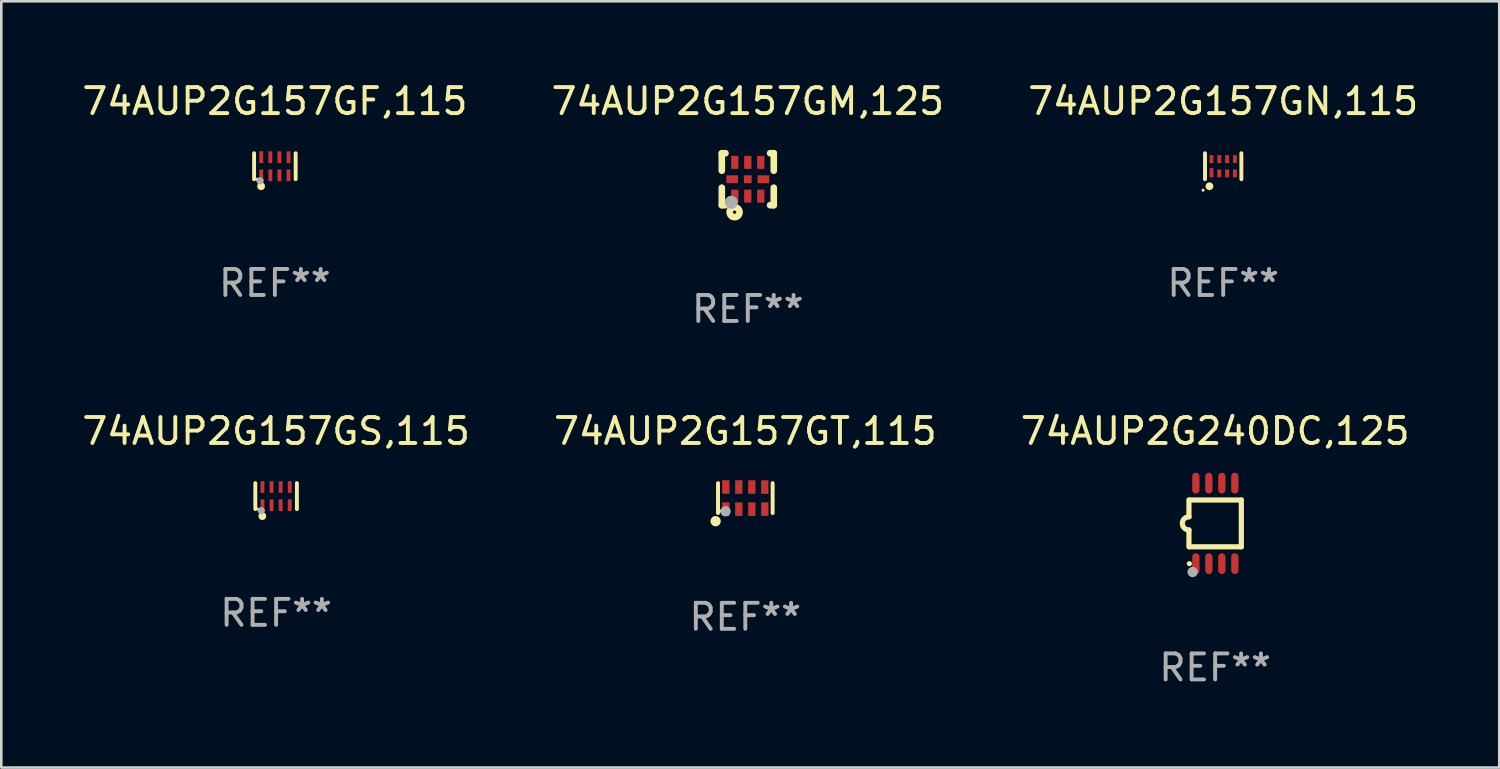
<source format=kicad_pcb>
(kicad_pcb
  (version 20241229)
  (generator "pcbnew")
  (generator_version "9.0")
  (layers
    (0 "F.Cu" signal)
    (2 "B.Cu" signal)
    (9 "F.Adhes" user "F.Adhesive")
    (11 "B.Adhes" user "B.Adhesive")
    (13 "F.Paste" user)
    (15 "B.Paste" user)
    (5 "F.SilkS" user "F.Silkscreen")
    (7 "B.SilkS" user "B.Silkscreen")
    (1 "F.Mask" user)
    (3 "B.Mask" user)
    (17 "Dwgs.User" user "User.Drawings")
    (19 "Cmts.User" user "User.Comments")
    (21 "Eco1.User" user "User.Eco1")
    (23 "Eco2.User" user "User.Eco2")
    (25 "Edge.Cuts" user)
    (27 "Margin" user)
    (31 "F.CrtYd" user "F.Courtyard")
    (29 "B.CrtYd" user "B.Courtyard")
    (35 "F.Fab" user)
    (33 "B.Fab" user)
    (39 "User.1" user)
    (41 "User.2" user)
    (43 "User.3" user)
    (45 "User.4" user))
  (footprint "74AUP2G157GN,115"
    (layer "F.Cu")
    (at 44.03 3.348)
    (property "Reference" "74AUP2G157GN,115" (at 0 -2.5 0) (layer "F.SilkS") (effects (font (size 1 1) (thickness 0.15))))
    (attr through_hole)
    (fp_line (start -0.7 -0.5) (end -0.7 0.5) (stroke (width 0.15) (type solid)) (layer "F.SilkS"))
    (fp_line (start 0.7 -0.5) (end 0.7 0.5) (stroke (width 0.15) (type solid)) (layer "F.SilkS"))
    (fp_circle (center -0.775 0.922) (end -0.745 0.922) (stroke (width 0.06) (type solid)) (fill no) (layer "F.SilkS"))
    (fp_circle (center -0.53 0.77) (end -0.454 0.77) (stroke (width 0.15) (type solid)) (fill no) (layer "F.SilkS"))
    (fp_text user "REF**" (at 0 4.5 0) (layer "F.Fab") (effects (font (size 1 1) (thickness 0.15))))
    (pad "1" smd rect (at -0.45 0.25) (size 0.15 0.35) (layers "F.Cu" "F.Mask" "F.Paste"))
    (pad "2" smd rect (at -0.15 0.275) (size 0.15 0.3) (layers "F.Cu" "F.Mask" "F.Paste"))
    (pad "3" smd rect (at 0.15 0.275) (size 0.15 0.3) (layers "F.Cu" "F.Mask" "F.Paste"))
    (pad "4" smd rect (at 0.45 0.275) (size 0.15 0.3) (layers "F.Cu" "F.Mask" "F.Paste"))
    (pad "5" smd rect (at 0.45 -0.275) (size 0.15 0.3) (layers "F.Cu" "F.Mask" "F.Paste"))
    (pad "6" smd rect (at 0.15 -0.275) (size 0.15 0.3) (layers "F.Cu" "F.Mask" "F.Paste"))
    (pad "7" smd rect (at -0.15 -0.275) (size 0.15 0.3) (layers "F.Cu" "F.Mask" "F.Paste"))
    (pad "8" smd rect (at -0.45 -0.275) (size 0.15 0.3) (layers "F.Cu" "F.Mask" "F.Paste")))
  (footprint "74AUP2G157GS,115"
    (layer "F.Cu")
    (at 7.577 16.045)
    (property "Reference" "74AUP2G157GS,115" (at 0 -2.5 0) (layer "F.SilkS") (effects (font (size 1 1) (thickness 0.15))))
    (attr through_hole)
    (fp_line (start -0.8 -0.5) (end -0.8 0.5) (stroke (width 0.15) (type solid)) (layer "F.SilkS"))
    (fp_line (start 0.8 -0.5) (end 0.8 0.5) (stroke (width 0.15) (type solid)) (layer "F.SilkS"))
    (fp_circle (center -0.7 0.5) (end -0.67 0.5) (stroke (width 0.06) (type solid)) (fill no) (layer "F.SilkS"))
    (fp_circle (center -0.53 0.77) (end -0.454 0.77) (stroke (width 0.15) (type solid)) (fill no) (layer "F.SilkS"))
    (fp_circle (center -0.57 0.56) (end -0.5 0.56) (stroke (width 0.14) (type solid)) (fill no) (layer "F.Fab"))
    (fp_text user "REF**" (at 0 4.5 0) (layer "F.Fab") (effects (font (size 1 1) (thickness 0.15))))
    (pad "1" smd rect (at -0.525 0.35) (size 0.15 0.45) (layers "F.Cu" "F.Mask" "F.Paste"))
    (pad "2" smd rect (at -0.175 0.35) (size 0.15 0.45) (layers "F.Cu" "F.Mask" "F.Paste"))
    (pad "3" smd rect (at 0.175 0.35) (size 0.15 0.45) (layers "F.Cu" "F.Mask" "F.Paste"))
    (pad "4" smd rect (at 0.525 0.35) (size 0.15 0.45) (layers "F.Cu" "F.Mask" "F.Paste"))
    (pad "5" smd rect (at 0.525 -0.35) (size 0.15 0.45) (layers "F.Cu" "F.Mask" "F.Paste"))
    (pad "6" smd rect (at 0.175 -0.35) (size 0.15 0.45) (layers "F.Cu" "F.Mask" "F.Paste"))
    (pad "7" smd rect (at -0.175 -0.35) (size 0.15 0.45) (layers "F.Cu" "F.Mask" "F.Paste"))
    (pad "8" smd rect (at -0.525 -0.35) (size 0.15 0.45) (layers "F.Cu" "F.Mask" "F.Paste")))
  (footprint "74AUP2G157GM,125"
    (layer "F.Cu")
    (at 25.732 3.848)
    (property "Reference" "74AUP2G157GM,125" (at 0 -3 0) (layer "F.SilkS") (effects (font (size 1 1) (thickness 0.15))))
    (attr through_hole)
    (fp_line (start -1 -1) (end -0.858 -1) (stroke (width 0.254) (type solid)) (layer "F.SilkS"))
    (fp_line (start -1 -0.325) (end -1 -1) (stroke (width 0.254) (type solid)) (layer "F.SilkS"))
    (fp_line (start -1 1) (end -1 0.325) (stroke (width 0.254) (type solid)) (layer "F.SilkS"))
    (fp_line (start -0.858 1) (end -1 1) (stroke (width 0.254) (type solid)) (layer "F.SilkS"))
    (fp_line (start 0.858 -1) (end 1 -1) (stroke (width 0.254) (type solid)) (layer "F.SilkS"))
    (fp_line (start 1 -1) (end 1 -0.325) (stroke (width 0.254) (type solid)) (layer "F.SilkS"))
    (fp_line (start 1 0.325) (end 1 1) (stroke (width 0.254) (type solid)) (layer "F.SilkS"))
    (fp_line (start 1 1) (end 0.858 1) (stroke (width 0.254) (type solid)) (layer "F.SilkS"))
    (fp_circle (center -0.8 0.8) (end -0.77 0.8) (stroke (width 0.06) (type solid)) (fill no) (layer "F.SilkS"))
    (fp_circle (center -0.508 1.27) (end -0.444 1.27) (stroke (width 0.254) (type solid)) (fill no) (layer "F.SilkS"))
    (fp_circle (center -0.635 0.889) (end -0.508 0.889) (stroke (width 0.254) (type solid)) (fill no) (layer "F.Fab"))
    (fp_text user "REF**" (at 0 5 0) (layer "F.Fab") (effects (font (size 1 1) (thickness 0.15))))
    (pad "1" smd rect (at -0.5 0.65 90) (size 0.5 0.28) (layers "F.Cu" "F.Mask" "F.Paste"))
    (pad "2" smd rect (at 0.000013 0.65 90) (size 0.5 0.28) (layers "F.Cu" "F.Mask" "F.Paste"))
    (pad "3" smd rect (at 0.5 0.65 90) (size 0.5 0.28) (layers "F.Cu" "F.Mask" "F.Paste"))
    (pad "4" smd rect (at 0.6 0.000076 180) (size 0.45 0.3) (layers "F.Cu" "F.Mask" "F.Paste"))
    (pad "5" smd rect (at 0.5 -0.65 90) (size 0.5 0.28) (layers "F.Cu" "F.Mask" "F.Paste"))
    (pad "6" smd rect (at 0.000013 -0.65 90) (size 0.5 0.28) (layers "F.Cu" "F.Mask" "F.Paste"))
    (pad "7" smd rect (at -0.5 -0.65 90) (size 0.5 0.28) (layers "F.Cu" "F.Mask" "F.Paste"))
    (pad "8" smd rect (at -0.6 0.000076 180) (size 0.45 0.3) (layers "F.Cu" "F.Mask" "F.Paste"))
    (pad "9" smd rect (at 0.000013 0.000076 180) (size 0.3 0.3) (layers "F.Cu" "F.Mask" "F.Paste")))
  (footprint "74AUP2G157GT,115"
    (layer "F.Cu")
    (at 25.637 16.121)
    (property "Reference" "74AUP2G157GT,115" (at 0 -2.576 0) (layer "F.SilkS") (effects (font (size 1 1) (thickness 0.15))))
    (attr through_hole)
    (fp_line (start -1.051 0.576) (end -1.051 -0.576) (stroke (width 0.152) (type solid)) (layer "F.SilkS"))
    (fp_line (start 1.051 -0.576) (end 1.051 0.576) (stroke (width 0.152) (type solid)) (layer "F.SilkS"))
    (fp_circle (center -1.143 0.889) (end -1.043 0.889) (stroke (width 0.2) (type solid)) (fill no) (layer "F.SilkS"))
    (fp_circle (center -0.975 0.5) (end -0.945 0.5) (stroke (width 0.06) (type solid)) (fill no) (layer "F.SilkS"))
    (fp_circle (center -0.762 0.508) (end -0.662 0.508) (stroke (width 0.2) (type solid)) (fill no) (layer "F.Fab"))
    (fp_text user "REF**" (at 0 4.576 0) (layer "F.Fab") (effects (font (size 1 1) (thickness 0.15))))
    (pad "1" smd rect (at -0.75 0.425) (size 0.28 0.521) (layers "F.Cu" "F.Mask" "F.Paste"))
    (pad "2" smd rect (at -0.25 0.425) (size 0.28 0.521) (layers "F.Cu" "F.Mask" "F.Paste"))
    (pad "3" smd rect (at 0.25 0.425) (size 0.28 0.521) (layers "F.Cu" "F.Mask" "F.Paste"))
    (pad "4" smd rect (at 0.75 0.425) (size 0.28 0.521) (layers "F.Cu" "F.Mask" "F.Paste"))
    (pad "5" smd rect (at 0.75 -0.425) (size 0.28 0.521) (layers "F.Cu" "F.Mask" "F.Paste"))
    (pad "6" smd rect (at 0.25 -0.425) (size 0.28 0.521) (layers "F.Cu" "F.Mask" "F.Paste"))
    (pad "7" smd rect (at -0.25 -0.425) (size 0.28 0.521) (layers "F.Cu" "F.Mask" "F.Paste"))
    (pad "8" smd rect (at -0.75 -0.425) (size 0.28 0.521) (layers "F.Cu" "F.Mask" "F.Paste")))
  (footprint "74AUP2G240DC,125"
    (layer "F.Cu")
    (at 43.72 17.095)
    (property "Reference" "74AUP2G240DC,125" (at 0 -3.55 0) (layer "F.SilkS") (effects (font (size 1 1) (thickness 0.15))))
    (attr through_hole)
    (fp_line (start -1.008 -0.254) (end -1.008 -0.9) (stroke (width 0.2) (type solid)) (layer "F.SilkS"))
    (fp_line (start -1.008 0.254) (end -1.008 0.9) (stroke (width 0.2) (type solid)) (layer "F.SilkS"))
    (fp_line (start -0.992 0.9) (end 1.008 0.9) (stroke (width 0.2) (type solid)) (layer "F.SilkS"))
    (fp_line (start 1.008 -0.9) (end -0.992 -0.9) (stroke (width 0.2) (type solid)) (layer "F.SilkS"))
    (fp_line (start 1.008 0.9) (end 1.008 -0.9) (stroke (width 0.2) (type solid)) (layer "F.SilkS"))
    (fp_arc (start -1.008001 0.254001) (mid -1.262002 0) (end -1.008001 -0.254001) (stroke (width 0.2) (type solid)) (layer "F.SilkS"))
    (fp_circle (center -0.992 1.55) (end -0.942 1.55) (stroke (width 0.1) (type solid)) (fill no) (layer "F.SilkS"))
    (fp_circle (center -0.866 1.87) (end -0.766 1.87) (stroke (width 0.2) (type solid)) (fill no) (layer "F.Fab"))
    (fp_text user "REF**" (at 0 5.55 0) (layer "F.Fab") (effects (font (size 1 1) (thickness 0.15))))
    (pad "1" smd oval (at -0.742 1.55 270) (size 0.8 0.28) (layers "F.Cu" "F.Mask" "F.Paste"))
    (pad "2" smd oval (at -0.242 1.55 270) (size 0.8 0.28) (layers "F.Cu" "F.Mask" "F.Paste"))
    (pad "3" smd oval (at 0.258 1.55 270) (size 0.8 0.28) (layers "F.Cu" "F.Mask" "F.Paste"))
    (pad "4" smd oval (at 0.758 1.55 270) (size 0.8 0.28) (layers "F.Cu" "F.Mask" "F.Paste"))
    (pad "5" smd oval (at 0.758 -1.55 270) (size 0.8 0.28) (layers "F.Cu" "F.Mask" "F.Paste"))
    (pad "6" smd oval (at 0.258 -1.55 270) (size 0.8 0.28) (layers "F.Cu" "F.Mask" "F.Paste"))
    (pad "7" smd oval (at -0.242 -1.55 270) (size 0.8 0.28) (layers "F.Cu" "F.Mask" "F.Paste"))
    (pad "8" smd oval (at -0.742 -1.55 270) (size 0.8 0.28) (layers "F.Cu" "F.Mask" "F.Paste")))
  (footprint "74AUP2G157GF,115"
    (layer "F.Cu")
    (at 7.53 3.348)
    (property "Reference" "74AUP2G157GF,115" (at 0 -2.5 0) (layer "F.SilkS") (effects (font (size 1 1) (thickness 0.15))))
    (attr through_hole)
    (fp_line (start -0.8 -0.5) (end -0.8 0.5) (stroke (width 0.15) (type solid)) (layer "F.SilkS"))
    (fp_line (start 0.8 -0.5) (end 0.8 0.5) (stroke (width 0.15) (type solid)) (layer "F.SilkS"))
    (fp_circle (center -0.7 0.5) (end -0.67 0.5) (stroke (width 0.06) (type solid)) (fill no) (layer "F.SilkS"))
    (fp_circle (center -0.53 0.77) (end -0.454 0.77) (stroke (width 0.15) (type solid)) (fill no) (layer "F.SilkS"))
    (fp_circle (center -0.57 0.56) (end -0.5 0.56) (stroke (width 0.14) (type solid)) (fill no) (layer "F.Fab"))
    (fp_text user "REF**" (at 0 4.5 0) (layer "F.Fab") (effects (font (size 1 1) (thickness 0.15))))
    (pad "1" smd rect (at -0.525 0.35) (size 0.15 0.45) (layers "F.Cu" "F.Mask" "F.Paste"))
    (pad "2" smd rect (at -0.175 0.35) (size 0.15 0.45) (layers "F.Cu" "F.Mask" "F.Paste"))
    (pad "3" smd rect (at 0.175 0.35) (size 0.15 0.45) (layers "F.Cu" "F.Mask" "F.Paste"))
    (pad "4" smd rect (at 0.525 0.35) (size 0.15 0.45) (layers "F.Cu" "F.Mask" "F.Paste"))
    (pad "5" smd rect (at 0.525 -0.35) (size 0.15 0.45) (layers "F.Cu" "F.Mask" "F.Paste"))
    (pad "6" smd rect (at 0.175 -0.35) (size 0.15 0.45) (layers "F.Cu" "F.Mask" "F.Paste"))
    (pad "7" smd rect (at -0.175 -0.35) (size 0.15 0.45) (layers "F.Cu" "F.Mask" "F.Paste"))
    (pad "8" smd rect (at -0.525 -0.35) (size 0.15 0.45) (layers "F.Cu" "F.Mask" "F.Paste")))
  (gr_rect
    (start -3 -3)
    (end 54.655 26.493)
    (stroke (width 0.1) (type default))
    (fill no)
    (layer "Edge.Cuts")))
</source>
